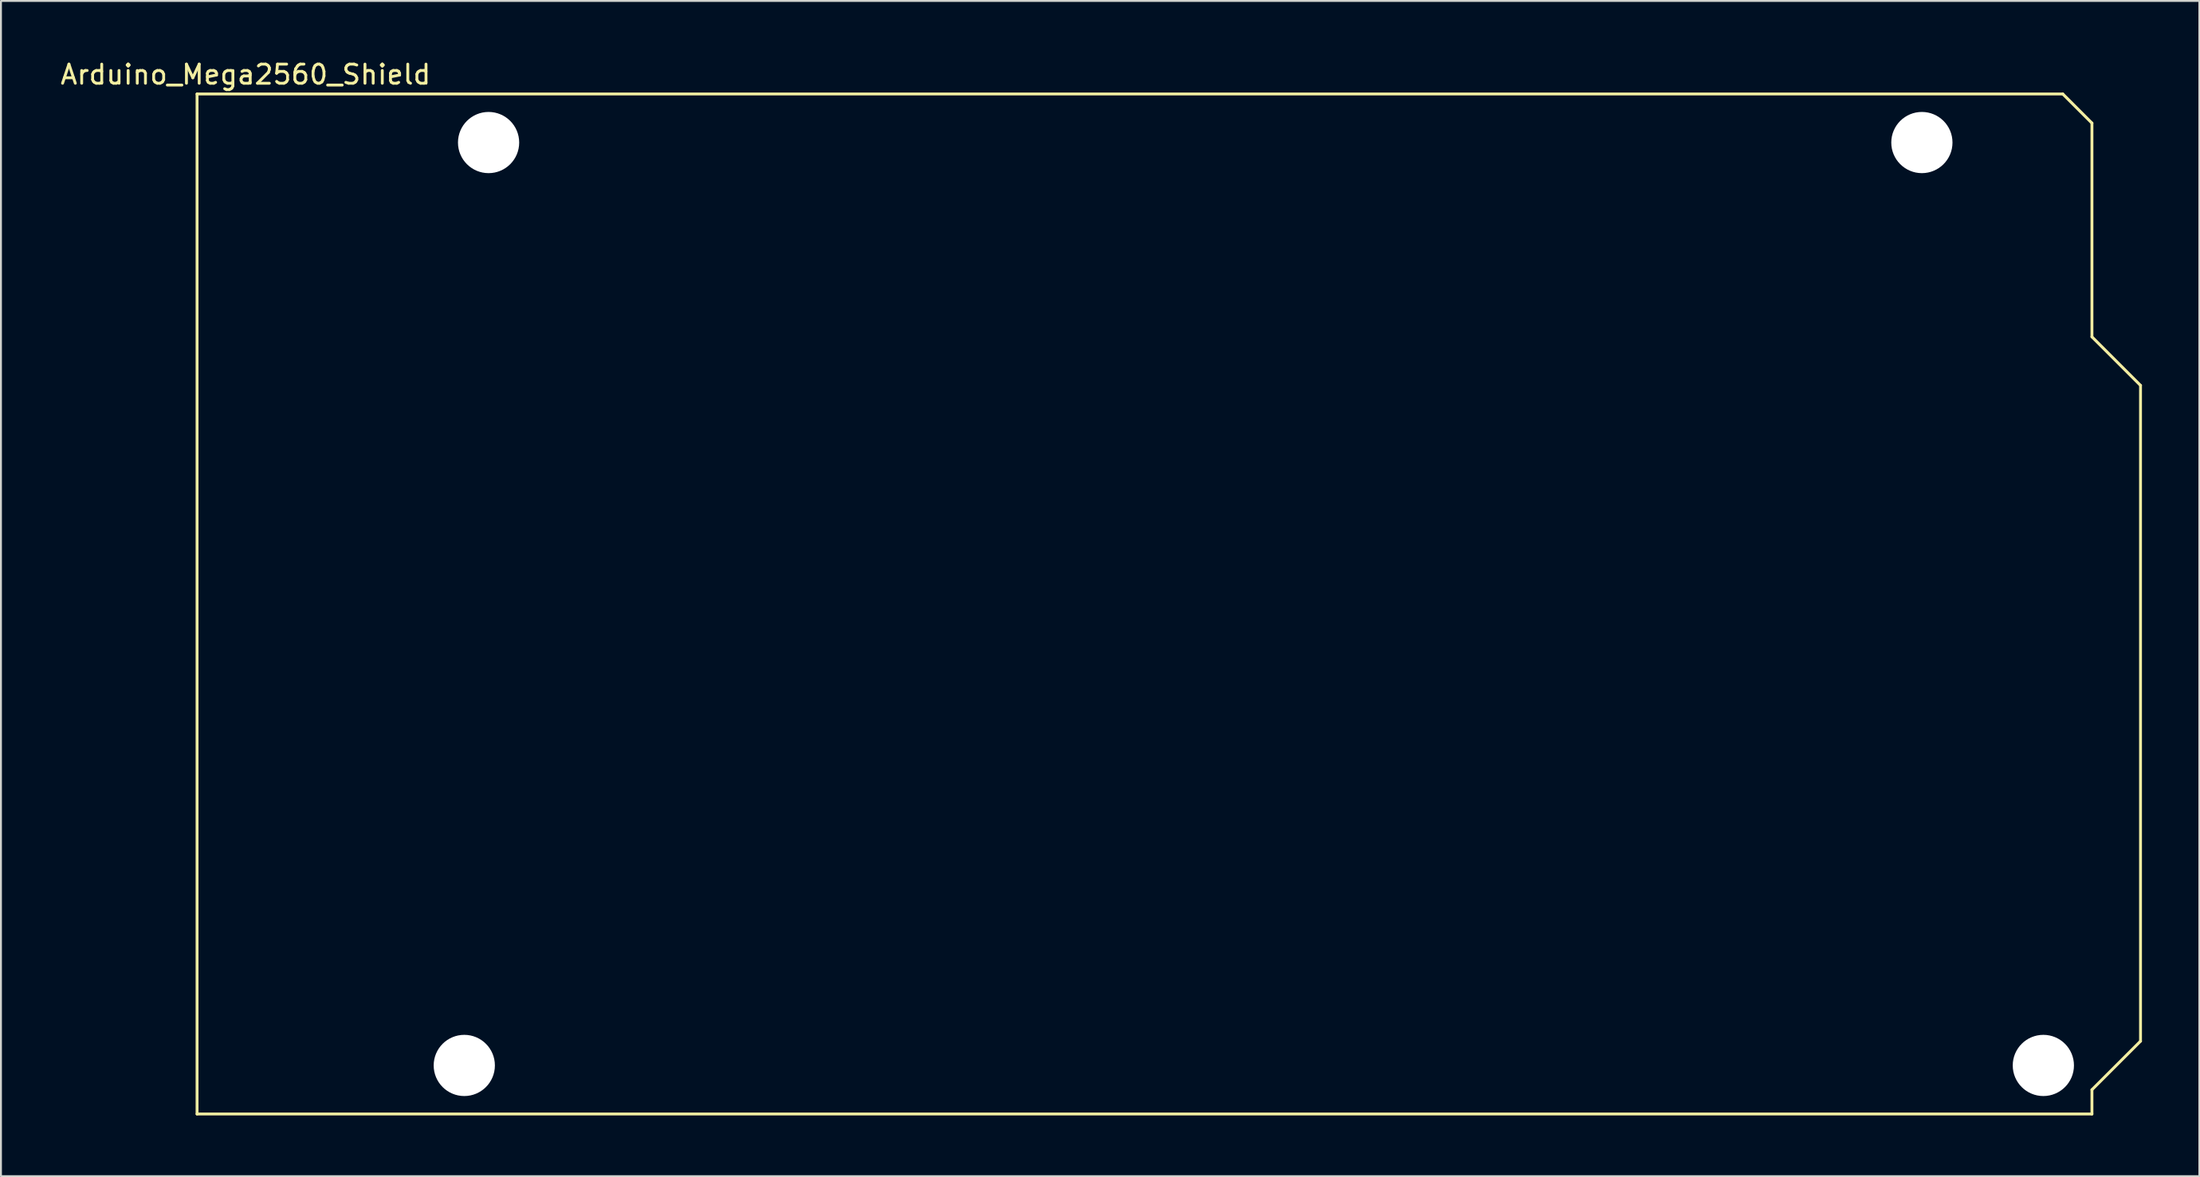
<source format=kicad_pcb>
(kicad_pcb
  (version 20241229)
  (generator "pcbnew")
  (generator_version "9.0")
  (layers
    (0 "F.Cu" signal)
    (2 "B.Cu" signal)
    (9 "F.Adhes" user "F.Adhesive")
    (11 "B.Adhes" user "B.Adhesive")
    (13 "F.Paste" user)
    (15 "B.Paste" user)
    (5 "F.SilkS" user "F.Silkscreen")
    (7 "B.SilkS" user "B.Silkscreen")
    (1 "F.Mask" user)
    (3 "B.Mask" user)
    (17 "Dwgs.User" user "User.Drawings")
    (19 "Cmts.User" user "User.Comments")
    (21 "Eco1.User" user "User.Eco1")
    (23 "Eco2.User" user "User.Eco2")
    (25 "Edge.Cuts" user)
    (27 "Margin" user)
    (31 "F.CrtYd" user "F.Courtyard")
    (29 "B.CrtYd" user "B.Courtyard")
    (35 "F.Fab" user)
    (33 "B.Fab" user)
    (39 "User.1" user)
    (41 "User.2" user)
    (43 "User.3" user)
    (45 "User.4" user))
  (footprint "Arduino_Mega2560_Shield"
    (layer "F.Cu")
    (at 7.252 55.204)
    (property "Reference" "Arduino_Mega2560_Shield" (at 2.54 -54.356 0) (layer "F.SilkS") (effects (font (size 1 1) (thickness 0.15))))
    (attr through_hole)
    (fp_line (start 0 -53.34) (end 0 0) (stroke (width 0.15) (type solid)) (layer "F.SilkS"))
    (fp_line (start 0 -53.34) (end 97.536 -53.34) (stroke (width 0.15) (type solid)) (layer "F.SilkS"))
    (fp_line (start 0 0) (end 99.06 0) (stroke (width 0.15) (type solid)) (layer "F.SilkS"))
    (fp_line (start 97.536 -53.34) (end 99.06 -51.816) (stroke (width 0.15) (type solid)) (layer "F.SilkS"))
    (fp_line (start 99.06 -40.64) (end 99.06 -51.816) (stroke (width 0.15) (type solid)) (layer "F.SilkS"))
    (fp_line (start 99.06 -1.27) (end 101.6 -3.81) (stroke (width 0.15) (type solid)) (layer "F.SilkS"))
    (fp_line (start 99.06 0) (end 99.06 -1.27) (stroke (width 0.15) (type solid)) (layer "F.SilkS"))
    (fp_line (start 101.6 -38.1) (end 99.06 -40.64) (stroke (width 0.15) (type solid)) (layer "F.SilkS"))
    (fp_line (start 101.6 -3.81) (end 101.6 -38.1) (stroke (width 0.15) (type solid)) (layer "F.SilkS"))
    (pad "" np_thru_hole circle (at 13.97 -2.54) (size 3.2 3.2) (drill 3.2) (layers "*.Cu" "*.Mask"))
    (pad "" np_thru_hole circle (at 15.24 -50.8) (size 3.2 3.2) (drill 3.2) (layers "*.Cu" "*.Mask"))
    (pad "" np_thru_hole circle (at 90.17 -50.8) (size 3.2 3.2) (drill 3.2) (layers "*.Cu" "*.Mask"))
    (pad "" np_thru_hole circle (at 96.52 -2.54) (size 3.2 3.2) (drill 3.2) (layers "*.Cu" "*.Mask")))
  (gr_rect
    (start -3 -3)
    (end 111.927 58.454)
    (stroke (width 0.1) (type default))
    (fill no)
    (layer "Edge.Cuts")))
</source>
